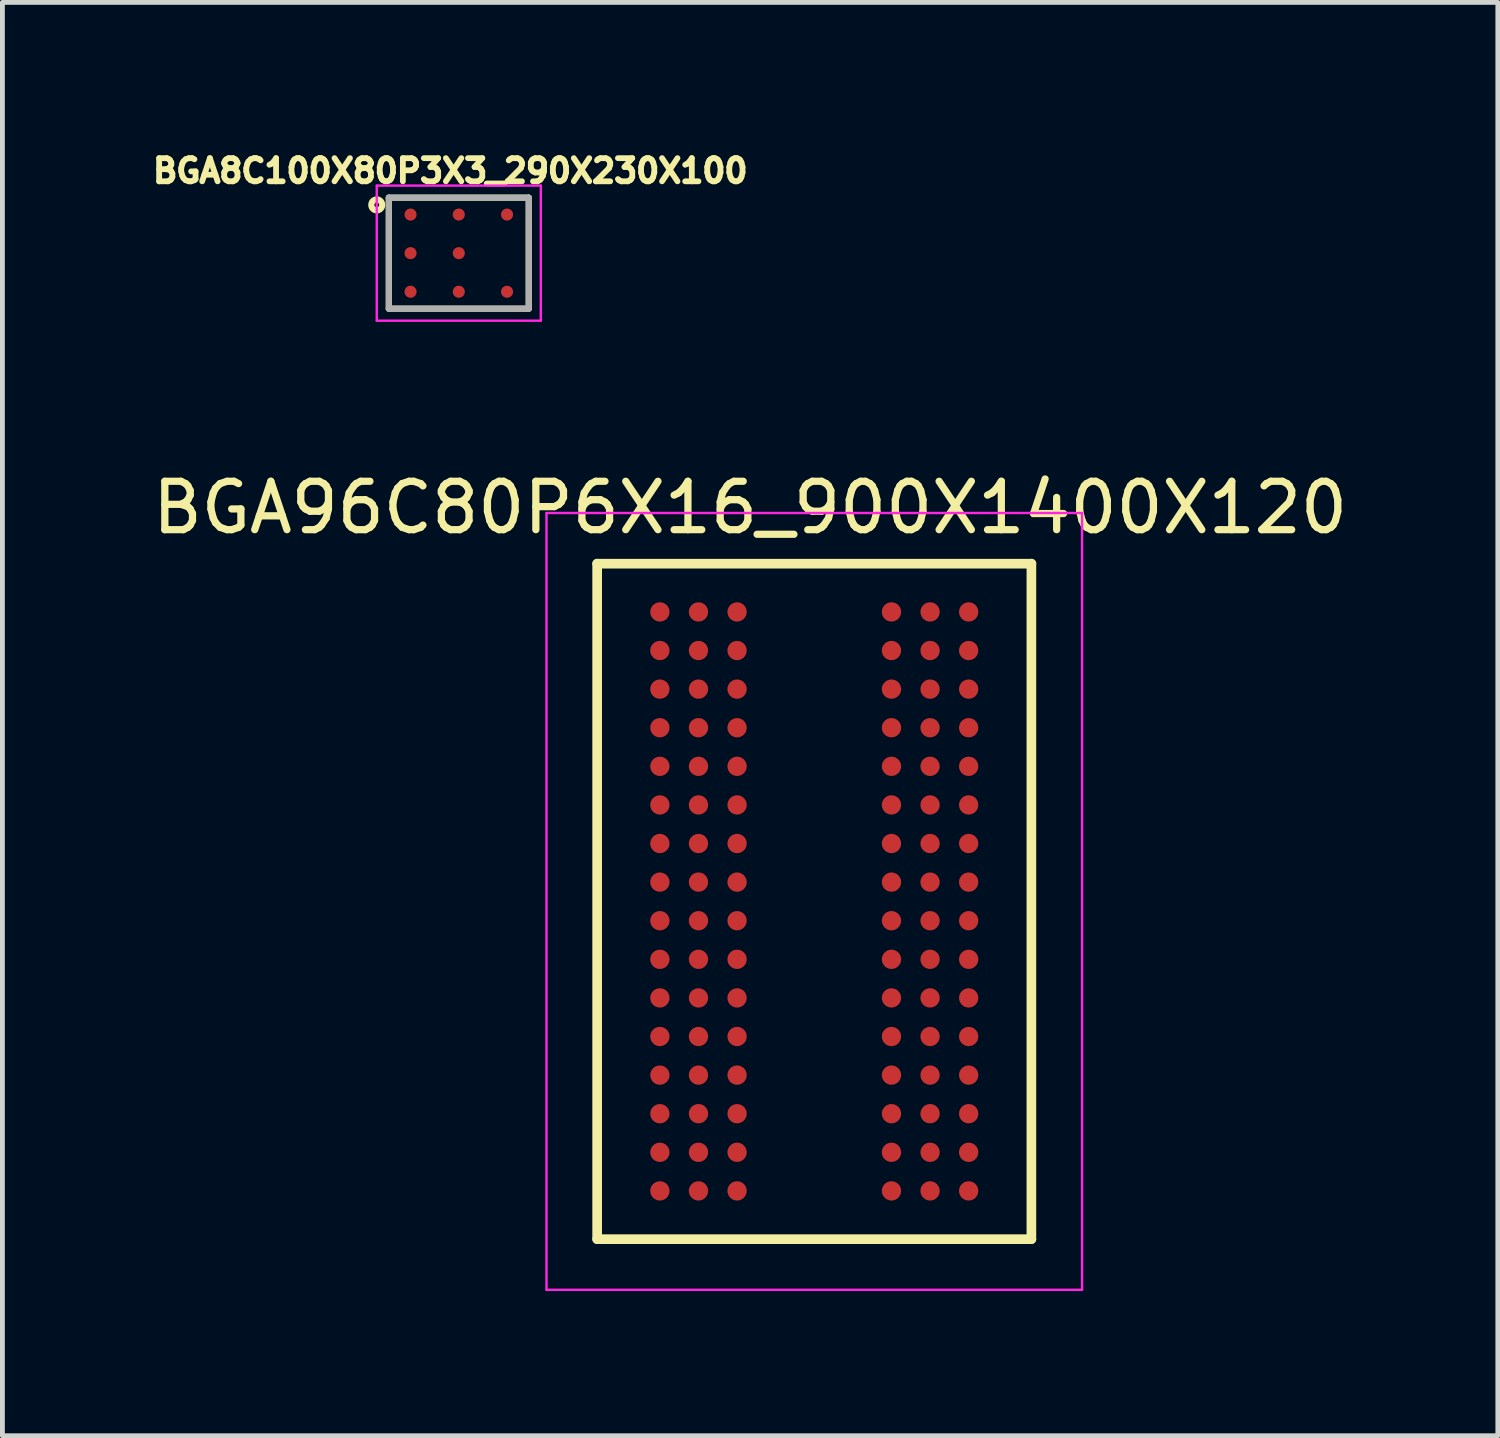
<source format=kicad_pcb>
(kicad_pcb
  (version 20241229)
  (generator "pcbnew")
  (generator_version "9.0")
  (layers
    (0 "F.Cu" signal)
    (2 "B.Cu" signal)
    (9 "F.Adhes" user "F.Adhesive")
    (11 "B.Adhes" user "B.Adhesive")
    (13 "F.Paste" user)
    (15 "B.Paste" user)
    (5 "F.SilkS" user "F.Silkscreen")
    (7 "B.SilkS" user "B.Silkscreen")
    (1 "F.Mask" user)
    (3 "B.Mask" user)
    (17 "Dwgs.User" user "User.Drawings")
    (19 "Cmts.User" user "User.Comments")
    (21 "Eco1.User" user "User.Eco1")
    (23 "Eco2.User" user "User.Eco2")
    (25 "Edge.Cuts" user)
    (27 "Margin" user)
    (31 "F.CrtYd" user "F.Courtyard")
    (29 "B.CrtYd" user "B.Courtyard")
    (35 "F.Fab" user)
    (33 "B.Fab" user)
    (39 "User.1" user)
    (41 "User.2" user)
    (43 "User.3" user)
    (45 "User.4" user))
  (footprint "BGA96C80P6X16_900X1400X120"
    (layer "F.Cu")
    (at 13.827 15.633)
    (property "Reference" "BGA96C80P6X16_900X1400X120" (at -1.329 -8.161 0) (layer "F.SilkS") (effects (font (size 1.003 1.003) (thickness 0.15))))
    (attr through_hole)
    (fp_line (start -4.5 -7) (end 4.5 -7) (stroke (width 0.2) (type solid)) (layer "F.SilkS"))
    (fp_line (start -4.5 7) (end -4.5 -7) (stroke (width 0.2) (type solid)) (layer "F.SilkS"))
    (fp_line (start 4.5 -7) (end 4.5 7) (stroke (width 0.2) (type solid)) (layer "F.SilkS"))
    (fp_line (start 4.5 7) (end -4.5 7) (stroke (width 0.2) (type solid)) (layer "F.SilkS"))
    (fp_line (start -5.55 -8.05) (end 5.55 -8.05) (stroke (width 0.05) (type solid)) (layer "F.CrtYd"))
    (fp_line (start -5.55 8.05) (end -5.55 -8.05) (stroke (width 0.05) (type solid)) (layer "F.CrtYd"))
    (fp_line (start 5.55 -8.05) (end 5.55 8.05) (stroke (width 0.05) (type solid)) (layer "F.CrtYd"))
    (fp_line (start 5.55 8.05) (end -5.55 8.05) (stroke (width 0.05) (type solid)) (layer "F.CrtYd"))
    (pad "A1" smd circle (at -3.2 -6) (size 0.4 0.4) (layers "F.Cu" "F.Mask" "F.Paste"))
    (pad "A2" smd circle (at -2.4 -6) (size 0.4 0.4) (layers "F.Cu" "F.Mask" "F.Paste"))
    (pad "A3" smd circle (at -1.6 -6) (size 0.4 0.4) (layers "F.Cu" "F.Mask" "F.Paste"))
    (pad "A7" smd circle (at 1.6 -6) (size 0.4 0.4) (layers "F.Cu" "F.Mask" "F.Paste"))
    (pad "A8" smd circle (at 2.4 -6) (size 0.4 0.4) (layers "F.Cu" "F.Mask" "F.Paste"))
    (pad "A9" smd circle (at 3.2 -6) (size 0.4 0.4) (layers "F.Cu" "F.Mask" "F.Paste"))
    (pad "B1" smd circle (at -3.2 -5.2) (size 0.4 0.4) (layers "F.Cu" "F.Mask" "F.Paste"))
    (pad "B2" smd circle (at -2.4 -5.2) (size 0.4 0.4) (layers "F.Cu" "F.Mask" "F.Paste"))
    (pad "B3" smd circle (at -1.6 -5.2) (size 0.4 0.4) (layers "F.Cu" "F.Mask" "F.Paste"))
    (pad "B7" smd circle (at 1.6 -5.2) (size 0.4 0.4) (layers "F.Cu" "F.Mask" "F.Paste"))
    (pad "B8" smd circle (at 2.4 -5.2) (size 0.4 0.4) (layers "F.Cu" "F.Mask" "F.Paste"))
    (pad "B9" smd circle (at 3.2 -5.2) (size 0.4 0.4) (layers "F.Cu" "F.Mask" "F.Paste"))
    (pad "C1" smd circle (at -3.2 -4.4) (size 0.4 0.4) (layers "F.Cu" "F.Mask" "F.Paste"))
    (pad "C2" smd circle (at -2.4 -4.4) (size 0.4 0.4) (layers "F.Cu" "F.Mask" "F.Paste"))
    (pad "C3" smd circle (at -1.6 -4.4) (size 0.4 0.4) (layers "F.Cu" "F.Mask" "F.Paste"))
    (pad "C7" smd circle (at 1.6 -4.4) (size 0.4 0.4) (layers "F.Cu" "F.Mask" "F.Paste"))
    (pad "C8" smd circle (at 2.4 -4.4) (size 0.4 0.4) (layers "F.Cu" "F.Mask" "F.Paste"))
    (pad "C9" smd circle (at 3.2 -4.4) (size 0.4 0.4) (layers "F.Cu" "F.Mask" "F.Paste"))
    (pad "D1" smd circle (at -3.2 -3.6) (size 0.4 0.4) (layers "F.Cu" "F.Mask" "F.Paste"))
    (pad "D2" smd circle (at -2.4 -3.6) (size 0.4 0.4) (layers "F.Cu" "F.Mask" "F.Paste"))
    (pad "D3" smd circle (at -1.6 -3.6) (size 0.4 0.4) (layers "F.Cu" "F.Mask" "F.Paste"))
    (pad "D7" smd circle (at 1.6 -3.6) (size 0.4 0.4) (layers "F.Cu" "F.Mask" "F.Paste"))
    (pad "D8" smd circle (at 2.4 -3.6) (size 0.4 0.4) (layers "F.Cu" "F.Mask" "F.Paste"))
    (pad "D9" smd circle (at 3.2 -3.6) (size 0.4 0.4) (layers "F.Cu" "F.Mask" "F.Paste"))
    (pad "E1" smd circle (at -3.2 -2.8) (size 0.4 0.4) (layers "F.Cu" "F.Mask" "F.Paste"))
    (pad "E2" smd circle (at -2.4 -2.8) (size 0.4 0.4) (layers "F.Cu" "F.Mask" "F.Paste"))
    (pad "E3" smd circle (at -1.6 -2.8) (size 0.4 0.4) (layers "F.Cu" "F.Mask" "F.Paste"))
    (pad "E7" smd circle (at 1.6 -2.8) (size 0.4 0.4) (layers "F.Cu" "F.Mask" "F.Paste"))
    (pad "E8" smd circle (at 2.4 -2.8) (size 0.4 0.4) (layers "F.Cu" "F.Mask" "F.Paste"))
    (pad "E9" smd circle (at 3.2 -2.8) (size 0.4 0.4) (layers "F.Cu" "F.Mask" "F.Paste"))
    (pad "F1" smd circle (at -3.2 -2) (size 0.4 0.4) (layers "F.Cu" "F.Mask" "F.Paste"))
    (pad "F2" smd circle (at -2.4 -2) (size 0.4 0.4) (layers "F.Cu" "F.Mask" "F.Paste"))
    (pad "F3" smd circle (at -1.6 -2) (size 0.4 0.4) (layers "F.Cu" "F.Mask" "F.Paste"))
    (pad "F7" smd circle (at 1.6 -2) (size 0.4 0.4) (layers "F.Cu" "F.Mask" "F.Paste"))
    (pad "F8" smd circle (at 2.4 -2) (size 0.4 0.4) (layers "F.Cu" "F.Mask" "F.Paste"))
    (pad "F9" smd circle (at 3.2 -2) (size 0.4 0.4) (layers "F.Cu" "F.Mask" "F.Paste"))
    (pad "G1" smd circle (at -3.2 -1.2) (size 0.4 0.4) (layers "F.Cu" "F.Mask" "F.Paste"))
    (pad "G2" smd circle (at -2.4 -1.2) (size 0.4 0.4) (layers "F.Cu" "F.Mask" "F.Paste"))
    (pad "G3" smd circle (at -1.6 -1.2) (size 0.4 0.4) (layers "F.Cu" "F.Mask" "F.Paste"))
    (pad "G7" smd circle (at 1.6 -1.2) (size 0.4 0.4) (layers "F.Cu" "F.Mask" "F.Paste"))
    (pad "G8" smd circle (at 2.4 -1.2) (size 0.4 0.4) (layers "F.Cu" "F.Mask" "F.Paste"))
    (pad "G9" smd circle (at 3.2 -1.2) (size 0.4 0.4) (layers "F.Cu" "F.Mask" "F.Paste"))
    (pad "H1" smd circle (at -3.2 -0.4) (size 0.4 0.4) (layers "F.Cu" "F.Mask" "F.Paste"))
    (pad "H2" smd circle (at -2.4 -0.4) (size 0.4 0.4) (layers "F.Cu" "F.Mask" "F.Paste"))
    (pad "H3" smd circle (at -1.6 -0.4) (size 0.4 0.4) (layers "F.Cu" "F.Mask" "F.Paste"))
    (pad "H7" smd circle (at 1.6 -0.4) (size 0.4 0.4) (layers "F.Cu" "F.Mask" "F.Paste"))
    (pad "H8" smd circle (at 2.4 -0.4) (size 0.4 0.4) (layers "F.Cu" "F.Mask" "F.Paste"))
    (pad "H9" smd circle (at 3.2 -0.4) (size 0.4 0.4) (layers "F.Cu" "F.Mask" "F.Paste"))
    (pad "J1" smd circle (at -3.2 0.4) (size 0.4 0.4) (layers "F.Cu" "F.Mask" "F.Paste"))
    (pad "J2" smd circle (at -2.4 0.4) (size 0.4 0.4) (layers "F.Cu" "F.Mask" "F.Paste"))
    (pad "J3" smd circle (at -1.6 0.4) (size 0.4 0.4) (layers "F.Cu" "F.Mask" "F.Paste"))
    (pad "J7" smd circle (at 1.6 0.4) (size 0.4 0.4) (layers "F.Cu" "F.Mask" "F.Paste"))
    (pad "J8" smd circle (at 2.4 0.4) (size 0.4 0.4) (layers "F.Cu" "F.Mask" "F.Paste"))
    (pad "J9" smd circle (at 3.2 0.4) (size 0.4 0.4) (layers "F.Cu" "F.Mask" "F.Paste"))
    (pad "K1" smd circle (at -3.2 1.2) (size 0.4 0.4) (layers "F.Cu" "F.Mask" "F.Paste"))
    (pad "K2" smd circle (at -2.4 1.2) (size 0.4 0.4) (layers "F.Cu" "F.Mask" "F.Paste"))
    (pad "K3" smd circle (at -1.6 1.2) (size 0.4 0.4) (layers "F.Cu" "F.Mask" "F.Paste"))
    (pad "K7" smd circle (at 1.6 1.2) (size 0.4 0.4) (layers "F.Cu" "F.Mask" "F.Paste"))
    (pad "K8" smd circle (at 2.4 1.2) (size 0.4 0.4) (layers "F.Cu" "F.Mask" "F.Paste"))
    (pad "K9" smd circle (at 3.2 1.2) (size 0.4 0.4) (layers "F.Cu" "F.Mask" "F.Paste"))
    (pad "L1" smd circle (at -3.2 2) (size 0.4 0.4) (layers "F.Cu" "F.Mask" "F.Paste"))
    (pad "L2" smd circle (at -2.4 2) (size 0.4 0.4) (layers "F.Cu" "F.Mask" "F.Paste"))
    (pad "L3" smd circle (at -1.6 2) (size 0.4 0.4) (layers "F.Cu" "F.Mask" "F.Paste"))
    (pad "L7" smd circle (at 1.6 2) (size 0.4 0.4) (layers "F.Cu" "F.Mask" "F.Paste"))
    (pad "L8" smd circle (at 2.4 2) (size 0.4 0.4) (layers "F.Cu" "F.Mask" "F.Paste"))
    (pad "L9" smd circle (at 3.2 2) (size 0.4 0.4) (layers "F.Cu" "F.Mask" "F.Paste"))
    (pad "M1" smd circle (at -3.2 2.8) (size 0.4 0.4) (layers "F.Cu" "F.Mask" "F.Paste"))
    (pad "M2" smd circle (at -2.4 2.8) (size 0.4 0.4) (layers "F.Cu" "F.Mask" "F.Paste"))
    (pad "M3" smd circle (at -1.6 2.8) (size 0.4 0.4) (layers "F.Cu" "F.Mask" "F.Paste"))
    (pad "M7" smd circle (at 1.6 2.8) (size 0.4 0.4) (layers "F.Cu" "F.Mask" "F.Paste"))
    (pad "M8" smd circle (at 2.4 2.8) (size 0.4 0.4) (layers "F.Cu" "F.Mask" "F.Paste"))
    (pad "M9" smd circle (at 3.2 2.8) (size 0.4 0.4) (layers "F.Cu" "F.Mask" "F.Paste"))
    (pad "N1" smd circle (at -3.2 3.6) (size 0.4 0.4) (layers "F.Cu" "F.Mask" "F.Paste"))
    (pad "N2" smd circle (at -2.4 3.6) (size 0.4 0.4) (layers "F.Cu" "F.Mask" "F.Paste"))
    (pad "N3" smd circle (at -1.6 3.6) (size 0.4 0.4) (layers "F.Cu" "F.Mask" "F.Paste"))
    (pad "N7" smd circle (at 1.6 3.6) (size 0.4 0.4) (layers "F.Cu" "F.Mask" "F.Paste"))
    (pad "N8" smd circle (at 2.4 3.6) (size 0.4 0.4) (layers "F.Cu" "F.Mask" "F.Paste"))
    (pad "N9" smd circle (at 3.2 3.6) (size 0.4 0.4) (layers "F.Cu" "F.Mask" "F.Paste"))
    (pad "P1" smd circle (at -3.2 4.4) (size 0.4 0.4) (layers "F.Cu" "F.Mask" "F.Paste"))
    (pad "P2" smd circle (at -2.4 4.4) (size 0.4 0.4) (layers "F.Cu" "F.Mask" "F.Paste"))
    (pad "P3" smd circle (at -1.6 4.4) (size 0.4 0.4) (layers "F.Cu" "F.Mask" "F.Paste"))
    (pad "P7" smd circle (at 1.6 4.4) (size 0.4 0.4) (layers "F.Cu" "F.Mask" "F.Paste"))
    (pad "P8" smd circle (at 2.4 4.4) (size 0.4 0.4) (layers "F.Cu" "F.Mask" "F.Paste"))
    (pad "P9" smd circle (at 3.2 4.4) (size 0.4 0.4) (layers "F.Cu" "F.Mask" "F.Paste"))
    (pad "R1" smd circle (at -3.2 5.2) (size 0.4 0.4) (layers "F.Cu" "F.Mask" "F.Paste"))
    (pad "R2" smd circle (at -2.4 5.2) (size 0.4 0.4) (layers "F.Cu" "F.Mask" "F.Paste"))
    (pad "R3" smd circle (at -1.6 5.2) (size 0.4 0.4) (layers "F.Cu" "F.Mask" "F.Paste"))
    (pad "R7" smd circle (at 1.6 5.2) (size 0.4 0.4) (layers "F.Cu" "F.Mask" "F.Paste"))
    (pad "R8" smd circle (at 2.4 5.2) (size 0.4 0.4) (layers "F.Cu" "F.Mask" "F.Paste"))
    (pad "R9" smd circle (at 3.2 5.2) (size 0.4 0.4) (layers "F.Cu" "F.Mask" "F.Paste"))
    (pad "T1" smd circle (at -3.2 6) (size 0.4 0.4) (layers "F.Cu" "F.Mask" "F.Paste"))
    (pad "T2" smd circle (at -2.4 6) (size 0.4 0.4) (layers "F.Cu" "F.Mask" "F.Paste"))
    (pad "T3" smd circle (at -1.6 6) (size 0.4 0.4) (layers "F.Cu" "F.Mask" "F.Paste"))
    (pad "T7" smd circle (at 1.6 6) (size 0.4 0.4) (layers "F.Cu" "F.Mask" "F.Paste"))
    (pad "T8" smd circle (at 2.4 6) (size 0.4 0.4) (layers "F.Cu" "F.Mask" "F.Paste"))
    (pad "T9" smd circle (at 3.2 6) (size 0.4 0.4) (layers "F.Cu" "F.Mask" "F.Paste")))
  (footprint "BGA8C100X80P3X3_290X230X100"
    (layer "F.Cu")
    (at 6.459 2.197)
    (property "Reference" "BGA8C100X80P3X3_290X230X100" (at -0.176 -1.705 0) (layer "F.SilkS") (effects (font (size 0.48 0.48) (thickness 0.15))))
    (attr through_hole)
    (fp_line (start -1.45 -1.15) (end 1.45 -1.15) (stroke (width 0.127) (type solid)) (layer "F.SilkS"))
    (fp_line (start -1.45 1.15) (end -1.45 -1.15) (stroke (width 0.127) (type solid)) (layer "F.SilkS"))
    (fp_line (start 1.45 -1.15) (end 1.45 1.15) (stroke (width 0.127) (type solid)) (layer "F.SilkS"))
    (fp_line (start 1.45 1.15) (end -1.45 1.15) (stroke (width 0.127) (type solid)) (layer "F.SilkS"))
    (fp_circle (center -1.7 -1) (end -1.65 -1) (stroke (width 0.127) (type solid)) (fill no) (layer "F.SilkS"))
    (fp_line (start -1.7 -1.4) (end 1.7 -1.4) (stroke (width 0.05) (type solid)) (layer "F.CrtYd"))
    (fp_line (start -1.7 1.4) (end -1.7 -1.4) (stroke (width 0.05) (type solid)) (layer "F.CrtYd"))
    (fp_line (start 1.7 -1.4) (end 1.7 1.4) (stroke (width 0.05) (type solid)) (layer "F.CrtYd"))
    (fp_line (start 1.7 1.4) (end -1.7 1.4) (stroke (width 0.05) (type solid)) (layer "F.CrtYd"))
    (fp_line (start -1.45 -1.15) (end 1.45 -1.15) (stroke (width 0.127) (type solid)) (layer "F.Fab"))
    (fp_line (start -1.45 1.15) (end -1.45 -1.15) (stroke (width 0.127) (type solid)) (layer "F.Fab"))
    (fp_line (start 1.45 -1.15) (end 1.45 1.15) (stroke (width 0.127) (type solid)) (layer "F.Fab"))
    (fp_line (start 1.45 1.15) (end -1.45 1.15) (stroke (width 0.127) (type solid)) (layer "F.Fab"))
    (pad "A1" smd circle (at -1 -0.8) (size 0.25 0.25) (layers "F.Cu" "F.Mask" "F.Paste"))
    (pad "A2" smd circle (at 0 -0.8) (size 0.25 0.25) (layers "F.Cu" "F.Mask" "F.Paste"))
    (pad "A3" smd circle (at 1 -0.8) (size 0.25 0.25) (layers "F.Cu" "F.Mask" "F.Paste"))
    (pad "B1" smd circle (at -1 0) (size 0.25 0.25) (layers "F.Cu" "F.Mask" "F.Paste"))
    (pad "B2" smd circle (at 0 0) (size 0.25 0.25) (layers "F.Cu" "F.Mask" "F.Paste"))
    (pad "C1" smd circle (at -1 0.8) (size 0.25 0.25) (layers "F.Cu" "F.Mask" "F.Paste"))
    (pad "C2" smd circle (at 0 0.8) (size 0.25 0.25) (layers "F.Cu" "F.Mask" "F.Paste"))
    (pad "C3" smd circle (at 1 0.8) (size 0.25 0.25) (layers "F.Cu" "F.Mask" "F.Paste")))
  (gr_rect
    (start -3 -3)
    (end 27.995 26.708)
    (stroke (width 0.1) (type default))
    (fill no)
    (layer "Edge.Cuts")))
</source>
